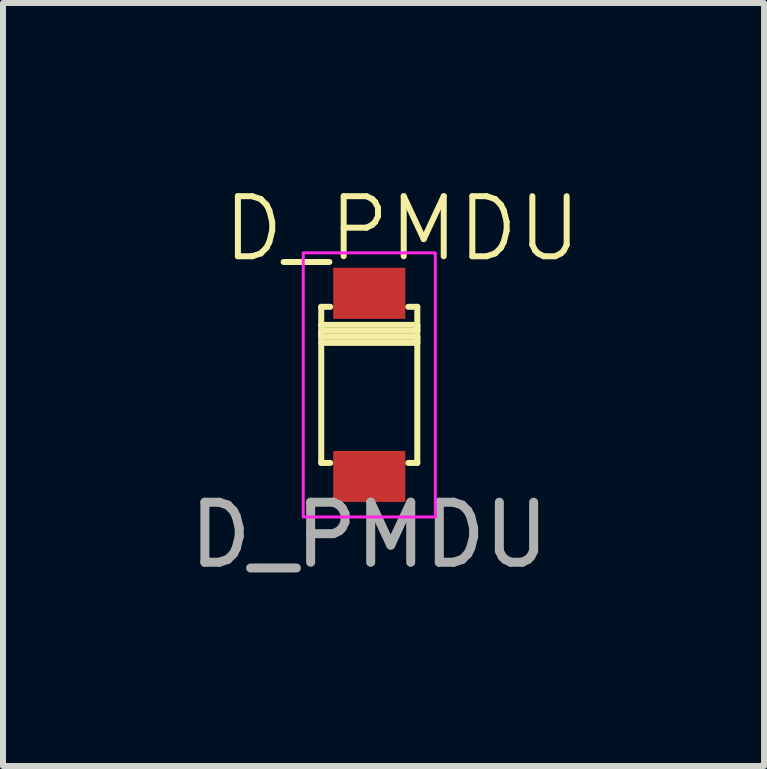
<source format=kicad_pcb>
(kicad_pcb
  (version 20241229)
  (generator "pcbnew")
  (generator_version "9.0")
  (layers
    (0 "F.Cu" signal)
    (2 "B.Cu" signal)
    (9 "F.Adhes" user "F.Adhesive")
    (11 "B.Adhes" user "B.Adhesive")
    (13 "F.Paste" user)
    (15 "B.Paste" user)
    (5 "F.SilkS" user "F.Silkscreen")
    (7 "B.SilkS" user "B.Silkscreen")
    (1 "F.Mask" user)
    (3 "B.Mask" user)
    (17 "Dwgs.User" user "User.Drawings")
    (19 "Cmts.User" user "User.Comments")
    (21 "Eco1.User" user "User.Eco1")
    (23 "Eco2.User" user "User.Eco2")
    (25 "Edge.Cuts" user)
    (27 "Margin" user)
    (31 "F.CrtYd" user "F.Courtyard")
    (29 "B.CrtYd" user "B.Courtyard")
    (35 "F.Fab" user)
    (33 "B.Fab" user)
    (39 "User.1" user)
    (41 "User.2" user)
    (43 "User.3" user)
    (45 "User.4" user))
  (footprint "D_PMDU"
    (layer "F.Cu")
    (at 3.101 3.361)
    (property "Reference" "D_PMDU" (at 0.55 -2.6 0) (unlocked yes) (layer "F.SilkS") (effects (font (size 1 1) (thickness 0.1))))
    (attr smd)
    (fp_line (start -0.8 -1.3) (end -0.8 1.3) (stroke (width 0.1) (type default)) (layer "F.SilkS"))
    (fp_line (start -0.8 -1.3) (end -0.65 -1.3) (stroke (width 0.1) (type default)) (layer "F.SilkS"))
    (fp_line (start -0.8 -1) (end -0.8 -1) (stroke (width 0.1) (type default)) (layer "F.SilkS"))
    (fp_line (start -0.8 -1) (end 0.8 -1) (stroke (width 0.1) (type default)) (layer "F.SilkS"))
    (fp_line (start -0.8 -0.9) (end -0.8 -0.8) (stroke (width 0.1) (type default)) (layer "F.SilkS"))
    (fp_line (start -0.8 -0.8) (end 0.8 -0.8) (stroke (width 0.1) (type default)) (layer "F.SilkS"))
    (fp_line (start -0.8 1.3) (end -0.65 1.3) (stroke (width 0.1) (type default)) (layer "F.SilkS"))
    (fp_line (start 0.8 -1.3) (end 0.65 -1.3) (stroke (width 0.1) (type default)) (layer "F.SilkS"))
    (fp_line (start 0.8 -1.3) (end 0.8 1.3) (stroke (width 0.1) (type default)) (layer "F.SilkS"))
    (fp_line (start 0.8 -1) (end 0.8 -0.9) (stroke (width 0.1) (type default)) (layer "F.SilkS"))
    (fp_line (start 0.8 -0.9) (end -0.8 -0.9) (stroke (width 0.1) (type default)) (layer "F.SilkS"))
    (fp_line (start 0.8 -0.8) (end 0.8 -0.7) (stroke (width 0.1) (type default)) (layer "F.SilkS"))
    (fp_line (start 0.8 -0.7) (end -0.8 -0.7) (stroke (width 0.1) (type default)) (layer "F.SilkS"))
    (fp_line (start 0.8 1.3) (end 0.65 1.3) (stroke (width 0.1) (type default)) (layer "F.SilkS"))
    (fp_rect (start -1.1 -2.2) (end 1.1 2.2) (stroke (width 0.05) (type default)) (fill no) (layer "F.CrtYd"))
    (fp_text user "${REFERENCE}" (at 0 2.5 0) (unlocked yes) (layer "F.Fab") (effects (font (size 1 1) (thickness 0.15))))
    (pad "1" smd rect (at 0 -1.525) (size 1.2 0.85) (layers "F.Cu" "F.Mask" "F.Paste"))
    (pad "2" smd rect (at 0 1.525) (size 1.2 0.85) (layers "F.Cu" "F.Mask" "F.Paste")))
  (gr_rect
    (start -3 -3)
    (end 9.677 9.709)
    (stroke (width 0.1) (type default))
    (fill no)
    (layer "Edge.Cuts")))
</source>
